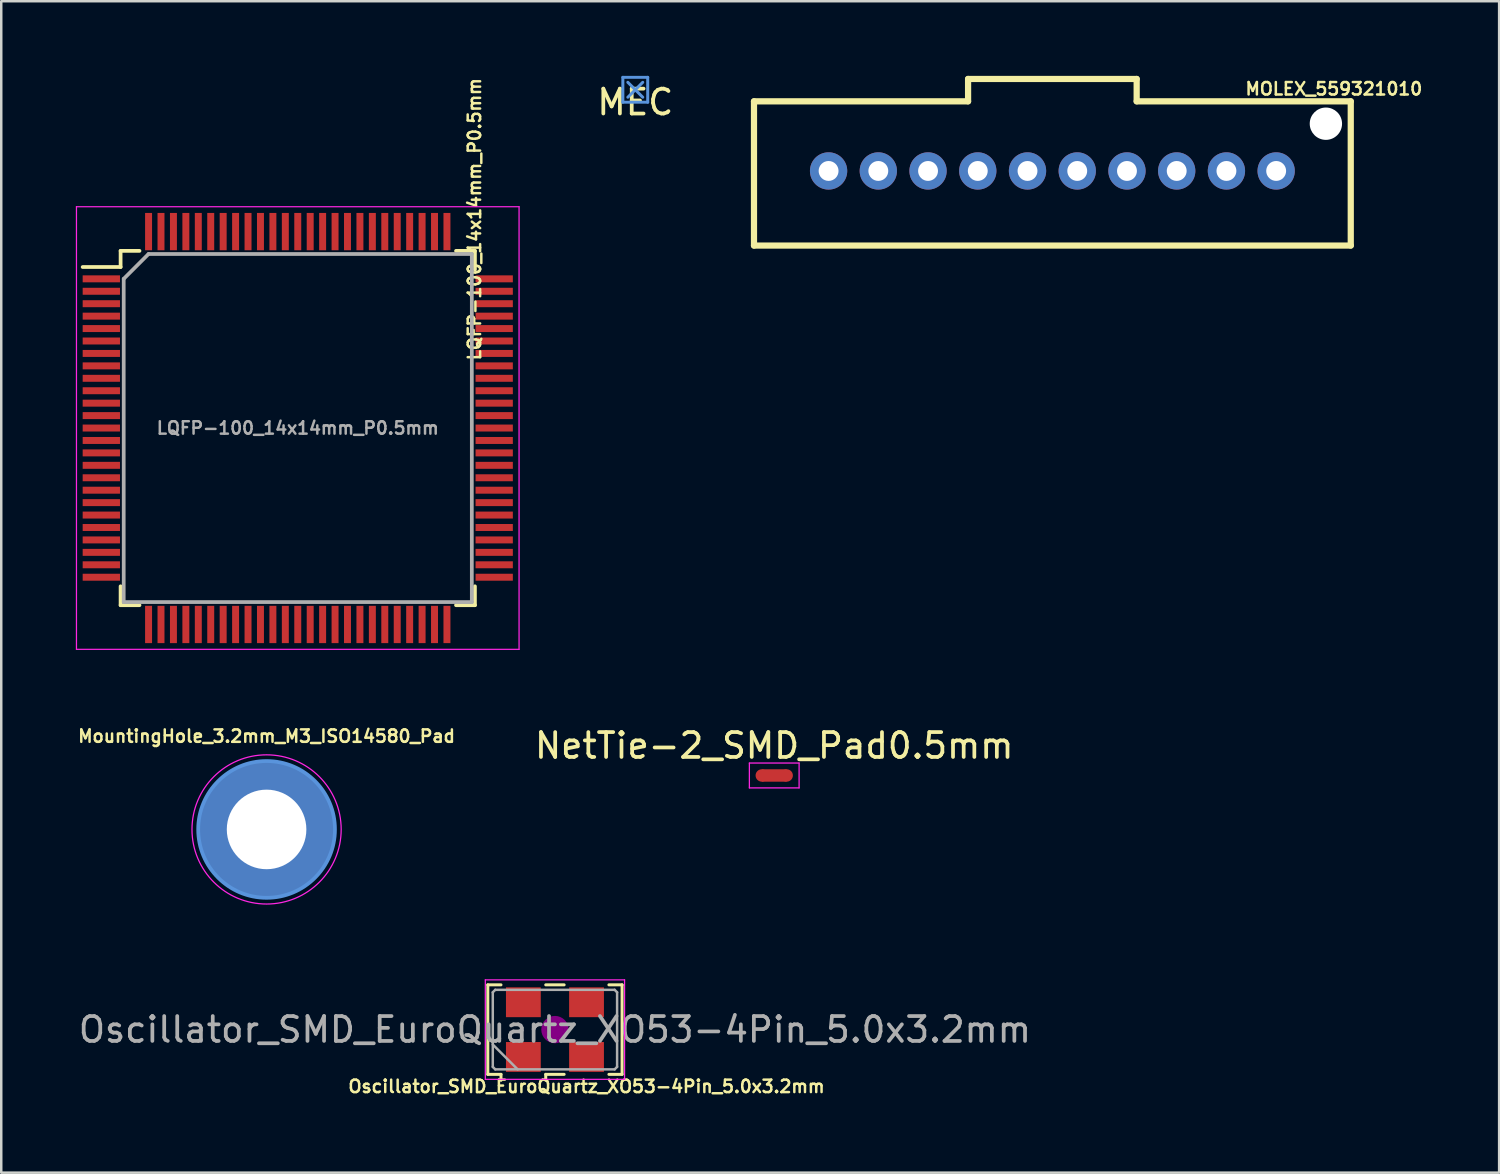
<source format=kicad_pcb>
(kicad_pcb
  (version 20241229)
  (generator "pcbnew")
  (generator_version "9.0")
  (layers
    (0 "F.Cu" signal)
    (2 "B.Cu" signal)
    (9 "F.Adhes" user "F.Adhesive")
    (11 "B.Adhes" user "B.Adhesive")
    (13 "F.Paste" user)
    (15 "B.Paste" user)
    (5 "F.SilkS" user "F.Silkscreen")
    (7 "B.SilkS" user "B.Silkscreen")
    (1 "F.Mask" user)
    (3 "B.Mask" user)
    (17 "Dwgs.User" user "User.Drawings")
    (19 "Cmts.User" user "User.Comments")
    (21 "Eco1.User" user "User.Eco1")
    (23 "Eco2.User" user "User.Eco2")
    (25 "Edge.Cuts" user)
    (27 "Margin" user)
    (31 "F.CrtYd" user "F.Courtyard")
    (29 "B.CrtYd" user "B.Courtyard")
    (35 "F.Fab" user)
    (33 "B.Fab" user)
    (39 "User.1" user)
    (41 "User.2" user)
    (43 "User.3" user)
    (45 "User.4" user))
  (footprint "Oscillator_SMD_EuroQuartz_XO53-4Pin_5.0x3.2mm"
    (layer "F.Cu")
    (at 19.268 38.357)
    (property "Reference" "Oscillator_SMD_EuroQuartz_XO53-4Pin_5.0x3.2mm" (at 1.27 2.286 0) (layer "F.SilkS") (effects (font (size 0.5 0.5) (thickness 0.1))))
    (attr smd)
    (fp_line (start -2.7 -1.8) (end -2.17 -1.8) (stroke (width 0.12) (type solid)) (layer "F.SilkS"))
    (fp_line (start -2.7 1.8) (end -2.7 -1.8) (stroke (width 0.12) (type solid)) (layer "F.SilkS"))
    (fp_line (start -2.17 1.8) (end -2.7 1.8) (stroke (width 0.12) (type solid)) (layer "F.SilkS"))
    (fp_line (start -2.17 2.04) (end -2.17 1.8) (stroke (width 0.12) (type solid)) (layer "F.SilkS"))
    (fp_line (start -0.37 -1.8) (end 0.37 -1.8) (stroke (width 0.12) (type solid)) (layer "F.SilkS"))
    (fp_line (start -0.37 1.8) (end -0.37 2.04) (stroke (width 0.12) (type solid)) (layer "F.SilkS"))
    (fp_line (start 0.37 1.8) (end -0.37 1.8) (stroke (width 0.12) (type solid)) (layer "F.SilkS"))
    (fp_line (start 2.17 -1.8) (end 2.7 -1.8) (stroke (width 0.12) (type solid)) (layer "F.SilkS"))
    (fp_line (start 2.7 -1.8) (end 2.7 1.8) (stroke (width 0.12) (type solid)) (layer "F.SilkS"))
    (fp_line (start 2.7 1.8) (end 2.17 1.8) (stroke (width 0.12) (type solid)) (layer "F.SilkS"))
    (fp_circle (center 0 0) (end 0.117 0) (stroke (width 0.233) (type solid)) (fill no) (layer "F.Adhes"))
    (fp_circle (center 0 0) (end 0.267 0) (stroke (width 0.167) (type solid)) (fill no) (layer "F.Adhes"))
    (fp_circle (center 0 0) (end 0.417 0) (stroke (width 0.167) (type solid)) (fill no) (layer "F.Adhes"))
    (fp_circle (center 0 0) (end 0.5 0) (stroke (width 0.1) (type solid)) (fill no) (layer "F.Adhes"))
    (fp_line (start -2.8 -2) (end -2.8 2) (stroke (width 0.05) (type solid)) (layer "F.CrtYd"))
    (fp_line (start -2.8 2) (end 2.8 2) (stroke (width 0.05) (type solid)) (layer "F.CrtYd"))
    (fp_line (start 2.8 -2) (end -2.8 -2) (stroke (width 0.05) (type solid)) (layer "F.CrtYd"))
    (fp_line (start 2.8 2) (end 2.8 -2) (stroke (width 0.05) (type solid)) (layer "F.CrtYd"))
    (fp_line (start -2.5 -1.5) (end -2.4 -1.6) (stroke (width 0.1) (type solid)) (layer "F.Fab"))
    (fp_line (start -2.5 0.6) (end -1.5 1.6) (stroke (width 0.1) (type solid)) (layer "F.Fab"))
    (fp_line (start -2.5 1.5) (end -2.5 -1.5) (stroke (width 0.1) (type solid)) (layer "F.Fab"))
    (fp_line (start -2.4 -1.6) (end 2.4 -1.6) (stroke (width 0.1) (type solid)) (layer "F.Fab"))
    (fp_line (start -2.4 1.6) (end -2.5 1.5) (stroke (width 0.1) (type solid)) (layer "F.Fab"))
    (fp_line (start 2.4 -1.6) (end 2.5 -1.5) (stroke (width 0.1) (type solid)) (layer "F.Fab"))
    (fp_line (start 2.4 1.6) (end -2.4 1.6) (stroke (width 0.1) (type solid)) (layer "F.Fab"))
    (fp_line (start 2.5 -1.5) (end 2.5 1.5) (stroke (width 0.1) (type solid)) (layer "F.Fab"))
    (fp_line (start 2.5 1.5) (end 2.4 1.6) (stroke (width 0.1) (type solid)) (layer "F.Fab"))
    (fp_text user "${REFERENCE}" (at 0 0 0) (layer "F.Fab") (effects (font (size 1 1) (thickness 0.15))))
    (pad "1" smd rect (at -1.27 1.1) (size 1.4 1.2) (layers "F.Cu" "F.Mask" "F.Paste"))
    (pad "2" smd rect (at 1.27 1.1) (size 1.4 1.2) (layers "F.Cu" "F.Mask" "F.Paste"))
    (pad "3" smd rect (at 1.27 -1.1) (size 1.4 1.2) (layers "F.Cu" "F.Mask" "F.Paste"))
    (pad "4" smd rect (at -1.27 -1.1) (size 1.4 1.2) (layers "F.Cu" "F.Mask" "F.Paste")))
  (footprint "MOLEX_559321010"
    (layer "F.Cu")
    (at 30.273 3.825)
    (property "Reference" "MOLEX_559321010" (at 20.32 -3.302 0) (layer "F.SilkS") (effects (font (size 0.5 0.5) (thickness 0.1))))
    (attr through_hole)
    (fp_line (start -3 -2.8) (end -3 3) (stroke (width 0.25) (type solid)) (layer "F.SilkS"))
    (fp_line (start -3 -2.8) (end 5.61 -2.8) (stroke (width 0.25) (type solid)) (layer "F.SilkS"))
    (fp_line (start -3 3) (end 21 3) (stroke (width 0.25) (type solid)) (layer "F.SilkS"))
    (fp_line (start 5.61 -3.7) (end 5.61 -2.8) (stroke (width 0.25) (type solid)) (layer "F.SilkS"))
    (fp_line (start 5.61 -3.7) (end 12.39 -3.7) (stroke (width 0.25) (type solid)) (layer "F.SilkS"))
    (fp_line (start 12.39 -3.7) (end 12.39 -2.8) (stroke (width 0.25) (type solid)) (layer "F.SilkS"))
    (fp_line (start 21 -2.8) (end 12.39 -2.8) (stroke (width 0.25) (type solid)) (layer "F.SilkS"))
    (fp_line (start 21 3) (end 21 -2.8) (stroke (width 0.25) (type solid)) (layer "F.SilkS"))
    (pad "" np_thru_hole circle (at 20 -1.9) (size 1.3 1.3) (drill 1.3) (layers "*.Cu" "*.Mask"))
    (pad "1" thru_hole circle (at 0 0) (size 1.5 1.5) (drill 0.8) (layers "*.Cu" "*.Mask"))
    (pad "2" thru_hole circle (at 2 0) (size 1.5 1.5) (drill 0.8) (layers "*.Cu" "*.Mask"))
    (pad "3" thru_hole circle (at 4 0) (size 1.5 1.5) (drill 0.8) (layers "*.Cu" "*.Mask"))
    (pad "4" thru_hole circle (at 6 0) (size 1.5 1.5) (drill 0.8) (layers "*.Cu" "*.Mask"))
    (pad "5" thru_hole circle (at 8 0) (size 1.5 1.5) (drill 0.8) (layers "*.Cu" "*.Mask"))
    (pad "6" thru_hole circle (at 10 0) (size 1.5 1.5) (drill 0.8) (layers "*.Cu" "*.Mask"))
    (pad "7" thru_hole circle (at 12 0) (size 1.5 1.5) (drill 0.8) (layers "*.Cu" "*.Mask"))
    (pad "8" thru_hole circle (at 14 0) (size 1.5 1.5) (drill 0.8) (layers "*.Cu" "*.Mask"))
    (pad "9" thru_hole circle (at 16 0) (size 1.5 1.5) (drill 0.8) (layers "*.Cu" "*.Mask"))
    (pad "10" thru_hole circle (at 18 0) (size 1.5 1.5) (drill 0.8) (layers "*.Cu" "*.Mask")))
  (footprint "NetTie-2_SMD_Pad0.5mm"
    (layer "F.Cu")
    (at 28.087 28.137)
    (property "Reference" "NetTie-2_SMD_Pad0.5mm" (at 0 -1.2 0) (layer "F.SilkS") (effects (font (size 1 1) (thickness 0.15))))
    (attr exclude_from_pos_files exclude_from_bom)
    (fp_poly (pts (xy -0.5 -0.25) (xy 0.5 -0.25) (xy 0.5 0.25) (xy -0.5 0.25)) (stroke (width 0) (type solid)) (fill yes) (layer "F.Cu"))
    (fp_line (start -1 -0.5) (end -1 0.5) (stroke (width 0.05) (type solid)) (layer "F.CrtYd"))
    (fp_line (start -1 0.5) (end 1 0.5) (stroke (width 0.05) (type solid)) (layer "F.CrtYd"))
    (fp_line (start 1 -0.5) (end -1 -0.5) (stroke (width 0.05) (type solid)) (layer "F.CrtYd"))
    (fp_line (start 1 0.5) (end 1 -0.5) (stroke (width 0.05) (type solid)) (layer "F.CrtYd"))
    (pad "1" smd circle (at -0.5 0) (size 0.5 0.5) (layers "F.Cu"))
    (pad "2" smd circle (at 0.5 0) (size 0.5 0.5) (layers "F.Cu")))
  (footprint "LQFP-100_14x14mm_P0.5mm"
    (layer "F.Cu")
    (at 8.925 14.164)
    (property "Reference" "LQFP-100_14x14mm_P0.5mm" (at 7.108 -8.397 90) (layer "F.SilkS") (effects (font (size 0.5 0.5) (thickness 0.1))))
    (attr smd)
    (fp_line (start -7.125 -7.125) (end -7.125 -6.475) (stroke (width 0.15) (type solid)) (layer "F.SilkS"))
    (fp_line (start -7.125 -7.125) (end -6.365 -7.125) (stroke (width 0.15) (type solid)) (layer "F.SilkS"))
    (fp_line (start -7.125 -6.475) (end -8.65 -6.475) (stroke (width 0.15) (type solid)) (layer "F.SilkS"))
    (fp_line (start -7.125 7.125) (end -7.125 6.365) (stroke (width 0.15) (type solid)) (layer "F.SilkS"))
    (fp_line (start -7.125 7.125) (end -6.365 7.125) (stroke (width 0.15) (type solid)) (layer "F.SilkS"))
    (fp_line (start 7.125 -7.125) (end 6.365 -7.125) (stroke (width 0.15) (type solid)) (layer "F.SilkS"))
    (fp_line (start 7.125 -7.125) (end 7.125 -6.365) (stroke (width 0.15) (type solid)) (layer "F.SilkS"))
    (fp_line (start 7.125 7.125) (end 6.365 7.125) (stroke (width 0.15) (type solid)) (layer "F.SilkS"))
    (fp_line (start 7.125 7.125) (end 7.125 6.365) (stroke (width 0.15) (type solid)) (layer "F.SilkS"))
    (fp_line (start -8.9 -8.9) (end -8.9 8.9) (stroke (width 0.05) (type solid)) (layer "F.CrtYd"))
    (fp_line (start -8.9 -8.9) (end 8.9 -8.9) (stroke (width 0.05) (type solid)) (layer "F.CrtYd"))
    (fp_line (start -8.9 8.9) (end 8.9 8.9) (stroke (width 0.05) (type solid)) (layer "F.CrtYd"))
    (fp_line (start 8.9 -8.9) (end 8.9 8.9) (stroke (width 0.05) (type solid)) (layer "F.CrtYd"))
    (fp_line (start -7 -6) (end -6 -7) (stroke (width 0.15) (type solid)) (layer "F.Fab"))
    (fp_line (start -7 7) (end -7 -6) (stroke (width 0.15) (type solid)) (layer "F.Fab"))
    (fp_line (start -6 -7) (end 7 -7) (stroke (width 0.15) (type solid)) (layer "F.Fab"))
    (fp_line (start 7 -7) (end 7 7) (stroke (width 0.15) (type solid)) (layer "F.Fab"))
    (fp_line (start 7 7) (end -7 7) (stroke (width 0.15) (type solid)) (layer "F.Fab"))
    (fp_text user "${REFERENCE}" (at 0 0 0) (layer "F.Fab") (effects (font (size 0.5 0.5) (thickness 0.1))))
    (pad "1" smd rect (at -7.9 -6) (size 1.5 0.28) (layers "F.Cu" "F.Mask" "F.Paste"))
    (pad "2" smd rect (at -7.9 -5.5) (size 1.5 0.28) (layers "F.Cu" "F.Mask" "F.Paste"))
    (pad "3" smd rect (at -7.9 -5) (size 1.5 0.28) (layers "F.Cu" "F.Mask" "F.Paste"))
    (pad "4" smd rect (at -7.9 -4.5) (size 1.5 0.28) (layers "F.Cu" "F.Mask" "F.Paste"))
    (pad "5" smd rect (at -7.9 -4) (size 1.5 0.28) (layers "F.Cu" "F.Mask" "F.Paste"))
    (pad "6" smd rect (at -7.9 -3.5) (size 1.5 0.28) (layers "F.Cu" "F.Mask" "F.Paste"))
    (pad "7" smd rect (at -7.9 -3) (size 1.5 0.28) (layers "F.Cu" "F.Mask" "F.Paste"))
    (pad "8" smd rect (at -7.9 -2.5) (size 1.5 0.28) (layers "F.Cu" "F.Mask" "F.Paste"))
    (pad "9" smd rect (at -7.9 -2) (size 1.5 0.28) (layers "F.Cu" "F.Mask" "F.Paste"))
    (pad "10" smd rect (at -7.9 -1.5) (size 1.5 0.28) (layers "F.Cu" "F.Mask" "F.Paste"))
    (pad "11" smd rect (at -7.9 -1) (size 1.5 0.28) (layers "F.Cu" "F.Mask" "F.Paste"))
    (pad "12" smd rect (at -7.9 -0.5) (size 1.5 0.28) (layers "F.Cu" "F.Mask" "F.Paste"))
    (pad "13" smd rect (at -7.9 0) (size 1.5 0.28) (layers "F.Cu" "F.Mask" "F.Paste"))
    (pad "14" smd rect (at -7.9 0.5) (size 1.5 0.28) (layers "F.Cu" "F.Mask" "F.Paste"))
    (pad "15" smd rect (at -7.9 1) (size 1.5 0.28) (layers "F.Cu" "F.Mask" "F.Paste"))
    (pad "16" smd rect (at -7.9 1.5) (size 1.5 0.28) (layers "F.Cu" "F.Mask" "F.Paste"))
    (pad "17" smd rect (at -7.9 2) (size 1.5 0.28) (layers "F.Cu" "F.Mask" "F.Paste"))
    (pad "18" smd rect (at -7.9 2.5) (size 1.5 0.28) (layers "F.Cu" "F.Mask" "F.Paste"))
    (pad "19" smd rect (at -7.9 3) (size 1.5 0.28) (layers "F.Cu" "F.Mask" "F.Paste"))
    (pad "20" smd rect (at -7.9 3.5) (size 1.5 0.28) (layers "F.Cu" "F.Mask" "F.Paste"))
    (pad "21" smd rect (at -7.9 4) (size 1.5 0.28) (layers "F.Cu" "F.Mask" "F.Paste"))
    (pad "22" smd rect (at -7.9 4.5) (size 1.5 0.28) (layers "F.Cu" "F.Mask" "F.Paste"))
    (pad "23" smd rect (at -7.9 5) (size 1.5 0.28) (layers "F.Cu" "F.Mask" "F.Paste"))
    (pad "24" smd rect (at -7.9 5.5) (size 1.5 0.28) (layers "F.Cu" "F.Mask" "F.Paste"))
    (pad "25" smd rect (at -7.9 6) (size 1.5 0.28) (layers "F.Cu" "F.Mask" "F.Paste"))
    (pad "26" smd rect (at -6 7.9 90) (size 1.5 0.28) (layers "F.Cu" "F.Mask" "F.Paste"))
    (pad "27" smd rect (at -5.5 7.9 90) (size 1.5 0.28) (layers "F.Cu" "F.Mask" "F.Paste"))
    (pad "28" smd rect (at -5 7.9 90) (size 1.5 0.28) (layers "F.Cu" "F.Mask" "F.Paste"))
    (pad "29" smd rect (at -4.5 7.9 90) (size 1.5 0.28) (layers "F.Cu" "F.Mask" "F.Paste"))
    (pad "30" smd rect (at -4 7.9 90) (size 1.5 0.28) (layers "F.Cu" "F.Mask" "F.Paste"))
    (pad "31" smd rect (at -3.5 7.9 90) (size 1.5 0.28) (layers "F.Cu" "F.Mask" "F.Paste"))
    (pad "32" smd rect (at -3 7.9 90) (size 1.5 0.28) (layers "F.Cu" "F.Mask" "F.Paste"))
    (pad "33" smd rect (at -2.5 7.9 90) (size 1.5 0.28) (layers "F.Cu" "F.Mask" "F.Paste"))
    (pad "34" smd rect (at -2 7.9 90) (size 1.5 0.28) (layers "F.Cu" "F.Mask" "F.Paste"))
    (pad "35" smd rect (at -1.5 7.9 90) (size 1.5 0.28) (layers "F.Cu" "F.Mask" "F.Paste"))
    (pad "36" smd rect (at -1 7.9 90) (size 1.5 0.28) (layers "F.Cu" "F.Mask" "F.Paste"))
    (pad "37" smd rect (at -0.5 7.9 90) (size 1.5 0.28) (layers "F.Cu" "F.Mask" "F.Paste"))
    (pad "38" smd rect (at 0 7.9 90) (size 1.5 0.28) (layers "F.Cu" "F.Mask" "F.Paste"))
    (pad "39" smd rect (at 0.5 7.9 90) (size 1.5 0.28) (layers "F.Cu" "F.Mask" "F.Paste"))
    (pad "40" smd rect (at 1 7.9 90) (size 1.5 0.28) (layers "F.Cu" "F.Mask" "F.Paste"))
    (pad "41" smd rect (at 1.5 7.9 90) (size 1.5 0.28) (layers "F.Cu" "F.Mask" "F.Paste"))
    (pad "42" smd rect (at 2 7.9 90) (size 1.5 0.28) (layers "F.Cu" "F.Mask" "F.Paste"))
    (pad "43" smd rect (at 2.5 7.9 90) (size 1.5 0.28) (layers "F.Cu" "F.Mask" "F.Paste"))
    (pad "44" smd rect (at 3 7.9 90) (size 1.5 0.28) (layers "F.Cu" "F.Mask" "F.Paste"))
    (pad "45" smd rect (at 3.5 7.9 90) (size 1.5 0.28) (layers "F.Cu" "F.Mask" "F.Paste"))
    (pad "46" smd rect (at 4 7.9 90) (size 1.5 0.28) (layers "F.Cu" "F.Mask" "F.Paste"))
    (pad "47" smd rect (at 4.5 7.9 90) (size 1.5 0.28) (layers "F.Cu" "F.Mask" "F.Paste"))
    (pad "48" smd rect (at 5 7.9 90) (size 1.5 0.28) (layers "F.Cu" "F.Mask" "F.Paste"))
    (pad "49" smd rect (at 5.5 7.9 90) (size 1.5 0.28) (layers "F.Cu" "F.Mask" "F.Paste"))
    (pad "50" smd rect (at 6 7.9 90) (size 1.5 0.28) (layers "F.Cu" "F.Mask" "F.Paste"))
    (pad "51" smd rect (at 7.9 6) (size 1.5 0.28) (layers "F.Cu" "F.Mask" "F.Paste"))
    (pad "52" smd rect (at 7.9 5.5) (size 1.5 0.28) (layers "F.Cu" "F.Mask" "F.Paste"))
    (pad "53" smd rect (at 7.9 5) (size 1.5 0.28) (layers "F.Cu" "F.Mask" "F.Paste"))
    (pad "54" smd rect (at 7.9 4.5) (size 1.5 0.28) (layers "F.Cu" "F.Mask" "F.Paste"))
    (pad "55" smd rect (at 7.9 4) (size 1.5 0.28) (layers "F.Cu" "F.Mask" "F.Paste"))
    (pad "56" smd rect (at 7.9 3.5) (size 1.5 0.28) (layers "F.Cu" "F.Mask" "F.Paste"))
    (pad "57" smd rect (at 7.9 3) (size 1.5 0.28) (layers "F.Cu" "F.Mask" "F.Paste"))
    (pad "58" smd rect (at 7.9 2.5) (size 1.5 0.28) (layers "F.Cu" "F.Mask" "F.Paste"))
    (pad "59" smd rect (at 7.9 2) (size 1.5 0.28) (layers "F.Cu" "F.Mask" "F.Paste"))
    (pad "60" smd rect (at 7.9 1.5) (size 1.5 0.28) (layers "F.Cu" "F.Mask" "F.Paste"))
    (pad "61" smd rect (at 7.9 1) (size 1.5 0.28) (layers "F.Cu" "F.Mask" "F.Paste"))
    (pad "62" smd rect (at 7.9 0.5) (size 1.5 0.28) (layers "F.Cu" "F.Mask" "F.Paste"))
    (pad "63" smd rect (at 7.9 0) (size 1.5 0.28) (layers "F.Cu" "F.Mask" "F.Paste"))
    (pad "64" smd rect (at 7.9 -0.5) (size 1.5 0.28) (layers "F.Cu" "F.Mask" "F.Paste"))
    (pad "65" smd rect (at 7.9 -1) (size 1.5 0.28) (layers "F.Cu" "F.Mask" "F.Paste"))
    (pad "66" smd rect (at 7.9 -1.5) (size 1.5 0.28) (layers "F.Cu" "F.Mask" "F.Paste"))
    (pad "67" smd rect (at 7.9 -2) (size 1.5 0.28) (layers "F.Cu" "F.Mask" "F.Paste"))
    (pad "68" smd rect (at 7.9 -2.5) (size 1.5 0.28) (layers "F.Cu" "F.Mask" "F.Paste"))
    (pad "69" smd rect (at 7.9 -3) (size 1.5 0.28) (layers "F.Cu" "F.Mask" "F.Paste"))
    (pad "70" smd rect (at 7.9 -3.5) (size 1.5 0.28) (layers "F.Cu" "F.Mask" "F.Paste"))
    (pad "71" smd rect (at 7.9 -4) (size 1.5 0.28) (layers "F.Cu" "F.Mask" "F.Paste"))
    (pad "72" smd rect (at 7.9 -4.5) (size 1.5 0.28) (layers "F.Cu" "F.Mask" "F.Paste"))
    (pad "73" smd rect (at 7.9 -5) (size 1.5 0.28) (layers "F.Cu" "F.Mask" "F.Paste"))
    (pad "74" smd rect (at 7.9 -5.5) (size 1.5 0.28) (layers "F.Cu" "F.Mask" "F.Paste"))
    (pad "75" smd rect (at 7.9 -6) (size 1.5 0.28) (layers "F.Cu" "F.Mask" "F.Paste"))
    (pad "76" smd rect (at 6 -7.9 90) (size 1.5 0.28) (layers "F.Cu" "F.Mask" "F.Paste"))
    (pad "77" smd rect (at 5.5 -7.9 90) (size 1.5 0.28) (layers "F.Cu" "F.Mask" "F.Paste"))
    (pad "78" smd rect (at 5 -7.9 90) (size 1.5 0.28) (layers "F.Cu" "F.Mask" "F.Paste"))
    (pad "79" smd rect (at 4.5 -7.9 90) (size 1.5 0.28) (layers "F.Cu" "F.Mask" "F.Paste"))
    (pad "80" smd rect (at 4 -7.9 90) (size 1.5 0.28) (layers "F.Cu" "F.Mask" "F.Paste"))
    (pad "81" smd rect (at 3.5 -7.9 90) (size 1.5 0.28) (layers "F.Cu" "F.Mask" "F.Paste"))
    (pad "82" smd rect (at 3 -7.9 90) (size 1.5 0.28) (layers "F.Cu" "F.Mask" "F.Paste"))
    (pad "83" smd rect (at 2.5 -7.9 90) (size 1.5 0.28) (layers "F.Cu" "F.Mask" "F.Paste"))
    (pad "84" smd rect (at 2 -7.9 90) (size 1.5 0.28) (layers "F.Cu" "F.Mask" "F.Paste"))
    (pad "85" smd rect (at 1.5 -7.9 90) (size 1.5 0.28) (layers "F.Cu" "F.Mask" "F.Paste"))
    (pad "86" smd rect (at 1 -7.9 90) (size 1.5 0.28) (layers "F.Cu" "F.Mask" "F.Paste"))
    (pad "87" smd rect (at 0.5 -7.9 90) (size 1.5 0.28) (layers "F.Cu" "F.Mask" "F.Paste"))
    (pad "88" smd rect (at 0 -7.9 90) (size 1.5 0.28) (layers "F.Cu" "F.Mask" "F.Paste"))
    (pad "89" smd rect (at -0.5 -7.9 90) (size 1.5 0.28) (layers "F.Cu" "F.Mask" "F.Paste"))
    (pad "90" smd rect (at -1 -7.9 90) (size 1.5 0.28) (layers "F.Cu" "F.Mask" "F.Paste"))
    (pad "91" smd rect (at -1.5 -7.9 90) (size 1.5 0.28) (layers "F.Cu" "F.Mask" "F.Paste"))
    (pad "92" smd rect (at -2 -7.9 90) (size 1.5 0.28) (layers "F.Cu" "F.Mask" "F.Paste"))
    (pad "93" smd rect (at -2.5 -7.9 90) (size 1.5 0.28) (layers "F.Cu" "F.Mask" "F.Paste"))
    (pad "94" smd rect (at -3 -7.9 90) (size 1.5 0.28) (layers "F.Cu" "F.Mask" "F.Paste"))
    (pad "95" smd rect (at -3.5 -7.9 90) (size 1.5 0.28) (layers "F.Cu" "F.Mask" "F.Paste"))
    (pad "96" smd rect (at -4 -7.9 90) (size 1.5 0.28) (layers "F.Cu" "F.Mask" "F.Paste"))
    (pad "97" smd rect (at -4.5 -7.9 90) (size 1.5 0.28) (layers "F.Cu" "F.Mask" "F.Paste"))
    (pad "98" smd rect (at -5 -7.9 90) (size 1.5 0.28) (layers "F.Cu" "F.Mask" "F.Paste"))
    (pad "99" smd rect (at -5.5 -7.9 90) (size 1.5 0.28) (layers "F.Cu" "F.Mask" "F.Paste"))
    (pad "100" smd rect (at -6 -7.9 90) (size 1.5 0.28) (layers "F.Cu" "F.Mask" "F.Paste")))
  (footprint "MountingHole_3.2mm_M3_ISO14580_Pad"
    (layer "F.Cu")
    (at 7.671 30.307)
    (property "Reference" "MountingHole_3.2mm_M3_ISO14580_Pad" (at 0 -3.75 0) (layer "F.SilkS") (effects (font (size 0.5 0.5) (thickness 0.1))))
    (attr through_hole)
    (fp_circle (center 0 0) (end 2.75 0) (stroke (width 0.15) (type solid)) (fill no) (layer "Cmts.User"))
    (fp_circle (center 0 0) (end 3 0) (stroke (width 0.05) (type solid)) (fill no) (layer "F.CrtYd"))
    (pad "1" thru_hole circle (at 0 0) (size 5.5 5.5) (drill 3.2) (layers "*.Cu" "*.Mask")))
  (footprint "MEC"
    (layer "F.Cu")
    (at 22.499 0.56)
    (property "Reference" "MEC" (at 0 0.5 0) (layer "F.SilkS") (effects (font (size 1 1) (thickness 0.15))))
    (attr smd)
    (fp_line (start -0.5 -0.5) (end -0.5 0.5) (stroke (width 0.12) (type solid)) (layer "Cmts.User"))
    (fp_line (start -0.5 0.5) (end 0.5 0.5) (stroke (width 0.12) (type solid)) (layer "Cmts.User"))
    (fp_line (start -0.3 0.3) (end 0.3 -0.3) (stroke (width 0.12) (type solid)) (layer "Cmts.User"))
    (fp_line (start 0.3 0.3) (end -0.3 -0.3) (stroke (width 0.12) (type solid)) (layer "Cmts.User"))
    (fp_line (start 0.5 -0.5) (end -0.5 -0.5) (stroke (width 0.12) (type solid)) (layer "Cmts.User"))
    (fp_line (start 0.5 0.5) (end 0.5 -0.5) (stroke (width 0.12) (type solid)) (layer "Cmts.User")))
  (gr_rect
    (start -3 -3)
    (end 57.24 44.111)
    (stroke (width 0.1) (type default))
    (fill no)
    (layer "Edge.Cuts")))
</source>
